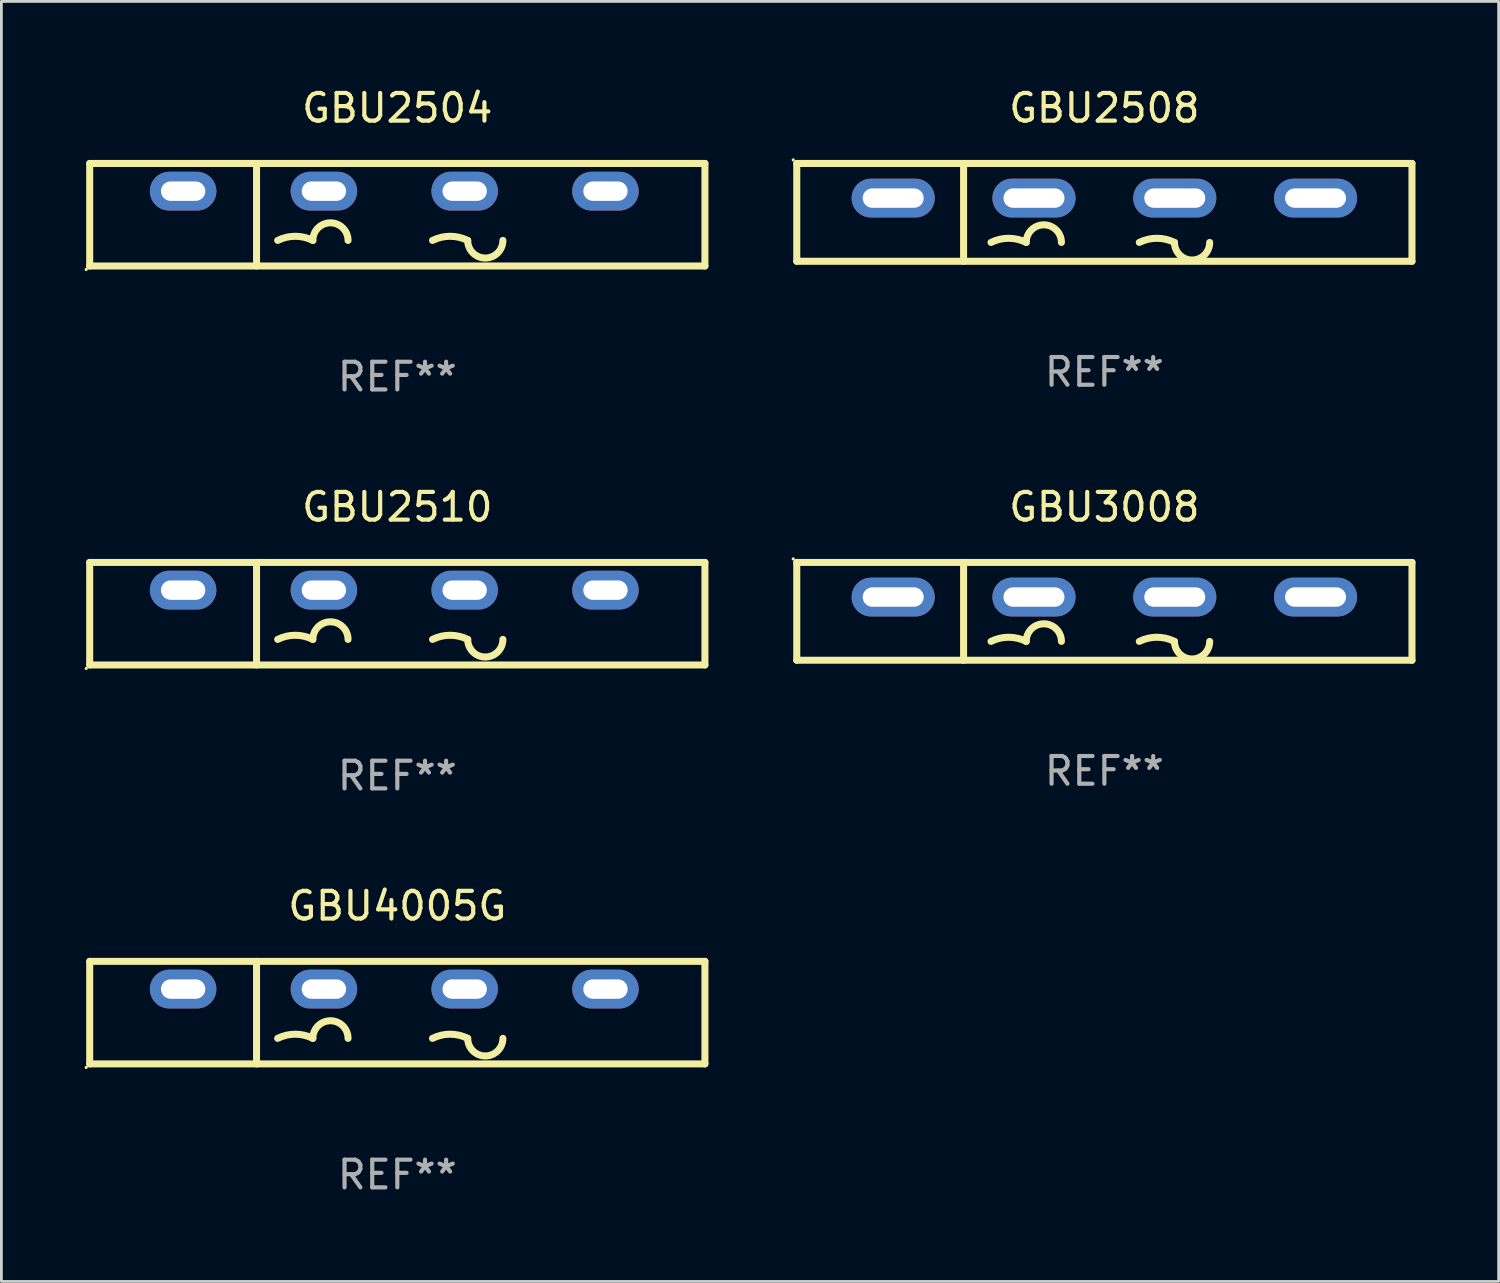
<source format=kicad_pcb>
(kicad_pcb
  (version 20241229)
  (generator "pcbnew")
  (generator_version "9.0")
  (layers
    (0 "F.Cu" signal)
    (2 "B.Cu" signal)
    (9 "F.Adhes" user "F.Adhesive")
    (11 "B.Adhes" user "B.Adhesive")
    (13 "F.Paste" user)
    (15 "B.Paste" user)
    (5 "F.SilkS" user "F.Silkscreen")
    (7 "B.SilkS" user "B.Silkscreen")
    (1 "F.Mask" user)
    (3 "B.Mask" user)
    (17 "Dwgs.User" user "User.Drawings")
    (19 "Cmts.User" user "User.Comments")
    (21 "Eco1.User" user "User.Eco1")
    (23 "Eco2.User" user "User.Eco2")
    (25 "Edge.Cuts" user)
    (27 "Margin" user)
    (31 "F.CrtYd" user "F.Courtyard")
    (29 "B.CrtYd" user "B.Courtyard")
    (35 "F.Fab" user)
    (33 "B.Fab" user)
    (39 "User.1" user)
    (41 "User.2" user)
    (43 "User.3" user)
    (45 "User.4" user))
  (footprint "GBU4005G"
    (layer "F.Cu")
    (at 11.287 33.491)
    (property "Reference" "GBU4005G" (at 0 -3.85 0) (layer "F.SilkS") (effects (font (size 1 1) (thickness 0.15))))
    (attr through_hole)
    (fp_line (start -11.1 -1.85) (end 11.1 -1.85) (stroke (width 0.254) (type solid)) (layer "F.SilkS"))
    (fp_line (start -11.1 1.85) (end -11.1 -1.85) (stroke (width 0.254) (type solid)) (layer "F.SilkS"))
    (fp_line (start -5.08 -1.85) (end -5.08 1.85) (stroke (width 0.254) (type solid)) (layer "F.SilkS"))
    (fp_line (start 11.1 -1.85) (end 11.1 1.85) (stroke (width 0.254) (type solid)) (layer "F.SilkS"))
    (fp_line (start 11.1 1.85) (end -11.1 1.85) (stroke (width 0.254) (type solid)) (layer "F.SilkS"))
    (fp_arc (start -4.318009 0.927991) (mid -3.683008 0.778087) (end -3.048007 0.92799) (stroke (width 0.254001) (type solid)) (layer "F.SilkS"))
    (fp_arc (start -3.048006 0.927991) (mid -2.413005 0.29299) (end -1.778004 0.927991) (stroke (width 0.254001) (type solid)) (layer "F.SilkS"))
    (fp_arc (start 1.270003 0.927991) (mid 1.905004 0.778088) (end 2.540005 0.927991) (stroke (width 0.254001) (type solid)) (layer "F.SilkS"))
    (fp_arc (start 3.810008 0.927991) (mid 3.175006 1.562993) (end 2.540004 0.927991) (stroke (width 0.254001) (type solid)) (layer "F.SilkS"))
    (fp_circle (center -11.227 1.977) (end -11.197 1.977) (stroke (width 0.06) (type solid)) (fill no) (layer "F.SilkS"))
    (fp_text user "-" (at 6.751 0.85 0) (layer "B.Mask") (effects (font (size 1 1) (thickness 0.15))))
    (fp_text user "+" (at -8.549 0.85 0) (layer "B.Mask") (effects (font (size 1 1) (thickness 0.15))))
    (fp_text user "REF**" (at 0 5.85 0) (layer "F.Fab") (effects (font (size 1 1) (thickness 0.15))))
    (pad "1" thru_hole oval (at -7.729 -0.85 180) (size 2.4 1.4) (drill oval 1.6 0.7) (layers "*.Cu" "*.Mask"))
    (pad "2" thru_hole oval (at -2.649 -0.85 180) (size 2.4 1.4) (drill oval 1.6 0.7) (layers "*.Cu" "*.Mask"))
    (pad "3" thru_hole oval (at 2.431 -0.85 180) (size 2.4 1.4) (drill oval 1.6 0.7) (layers "*.Cu" "*.Mask"))
    (pad "4" thru_hole oval (at 7.511 -0.85 180) (size 2.4 1.4) (drill oval 1.6 0.7) (layers "*.Cu" "*.Mask")))
  (footprint "GBU2504"
    (layer "F.Cu")
    (at 11.287 4.698)
    (property "Reference" "GBU2504" (at 0 -3.85 0) (layer "F.SilkS") (effects (font (size 1 1) (thickness 0.15))))
    (attr through_hole)
    (fp_line (start -11.1 -1.85) (end 11.1 -1.85) (stroke (width 0.254) (type solid)) (layer "F.SilkS"))
    (fp_line (start -11.1 1.85) (end -11.1 -1.85) (stroke (width 0.254) (type solid)) (layer "F.SilkS"))
    (fp_line (start -5.08 -1.85) (end -5.08 1.85) (stroke (width 0.254) (type solid)) (layer "F.SilkS"))
    (fp_line (start 11.1 -1.85) (end 11.1 1.85) (stroke (width 0.254) (type solid)) (layer "F.SilkS"))
    (fp_line (start 11.1 1.85) (end -11.1 1.85) (stroke (width 0.254) (type solid)) (layer "F.SilkS"))
    (fp_arc (start -4.318009 0.927991) (mid -3.683008 0.778087) (end -3.048007 0.92799) (stroke (width 0.254001) (type solid)) (layer "F.SilkS"))
    (fp_arc (start -3.048006 0.927991) (mid -2.413005 0.29299) (end -1.778004 0.927991) (stroke (width 0.254001) (type solid)) (layer "F.SilkS"))
    (fp_arc (start 1.270003 0.927991) (mid 1.905004 0.778088) (end 2.540005 0.927991) (stroke (width 0.254001) (type solid)) (layer "F.SilkS"))
    (fp_arc (start 3.810008 0.927991) (mid 3.175006 1.562993) (end 2.540004 0.927991) (stroke (width 0.254001) (type solid)) (layer "F.SilkS"))
    (fp_circle (center -11.227 1.977) (end -11.197 1.977) (stroke (width 0.06) (type solid)) (fill no) (layer "F.SilkS"))
    (fp_text user "-" (at 6.751 0.85 0) (layer "B.Mask") (effects (font (size 1 1) (thickness 0.15))))
    (fp_text user "+" (at -8.549 0.85 0) (layer "B.Mask") (effects (font (size 1 1) (thickness 0.15))))
    (fp_text user "REF**" (at 0 5.85 0) (layer "F.Fab") (effects (font (size 1 1) (thickness 0.15))))
    (pad "1" thru_hole oval (at -7.729 -0.85 180) (size 2.4 1.4) (drill oval 1.6 0.7) (layers "*.Cu" "*.Mask"))
    (pad "2" thru_hole oval (at -2.649 -0.85 180) (size 2.4 1.4) (drill oval 1.6 0.7) (layers "*.Cu" "*.Mask"))
    (pad "3" thru_hole oval (at 2.431 -0.85 180) (size 2.4 1.4) (drill oval 1.6 0.7) (layers "*.Cu" "*.Mask"))
    (pad "4" thru_hole oval (at 7.511 -0.85 180) (size 2.4 1.4) (drill oval 1.6 0.7) (layers "*.Cu" "*.Mask")))
  (footprint "GBU2510"
    (layer "F.Cu")
    (at 11.287 19.095)
    (property "Reference" "GBU2510" (at 0 -3.85 0) (layer "F.SilkS") (effects (font (size 1 1) (thickness 0.15))))
    (attr through_hole)
    (fp_line (start -11.1 -1.85) (end 11.1 -1.85) (stroke (width 0.254) (type solid)) (layer "F.SilkS"))
    (fp_line (start -11.1 1.85) (end -11.1 -1.85) (stroke (width 0.254) (type solid)) (layer "F.SilkS"))
    (fp_line (start -5.08 -1.85) (end -5.08 1.85) (stroke (width 0.254) (type solid)) (layer "F.SilkS"))
    (fp_line (start 11.1 -1.85) (end 11.1 1.85) (stroke (width 0.254) (type solid)) (layer "F.SilkS"))
    (fp_line (start 11.1 1.85) (end -11.1 1.85) (stroke (width 0.254) (type solid)) (layer "F.SilkS"))
    (fp_arc (start -4.318009 0.927991) (mid -3.683008 0.778087) (end -3.048007 0.92799) (stroke (width 0.254001) (type solid)) (layer "F.SilkS"))
    (fp_arc (start -3.048006 0.927991) (mid -2.413005 0.29299) (end -1.778004 0.927991) (stroke (width 0.254001) (type solid)) (layer "F.SilkS"))
    (fp_arc (start 1.270003 0.927991) (mid 1.905004 0.778088) (end 2.540005 0.927991) (stroke (width 0.254001) (type solid)) (layer "F.SilkS"))
    (fp_arc (start 3.810008 0.927991) (mid 3.175006 1.562993) (end 2.540004 0.927991) (stroke (width 0.254001) (type solid)) (layer "F.SilkS"))
    (fp_circle (center -11.227 1.977) (end -11.197 1.977) (stroke (width 0.06) (type solid)) (fill no) (layer "F.SilkS"))
    (fp_text user "+" (at -8.549 0.85 0) (layer "B.Mask") (effects (font (size 1 1) (thickness 0.15))))
    (fp_text user "-" (at 6.751 0.85 0) (layer "B.Mask") (effects (font (size 1 1) (thickness 0.15))))
    (fp_text user "REF**" (at 0 5.85 0) (layer "F.Fab") (effects (font (size 1 1) (thickness 0.15))))
    (pad "1" thru_hole oval (at -7.729 -0.85 180) (size 2.4 1.4) (drill oval 1.6 0.7) (layers "*.Cu" "*.Mask"))
    (pad "2" thru_hole oval (at -2.649 -0.85 180) (size 2.4 1.4) (drill oval 1.6 0.7) (layers "*.Cu" "*.Mask"))
    (pad "3" thru_hole oval (at 2.431 -0.85 180) (size 2.4 1.4) (drill oval 1.6 0.7) (layers "*.Cu" "*.Mask"))
    (pad "4" thru_hole oval (at 7.511 -0.85 180) (size 2.4 1.4) (drill oval 1.6 0.7) (layers "*.Cu" "*.Mask")))
  (footprint "GBU2508"
    (layer "F.Cu")
    (at 36.801 4.613)
    (property "Reference" "GBU2508" (at 0 -3.765 0) (layer "F.SilkS") (effects (font (size 1 1) (thickness 0.15))))
    (attr through_hole)
    (fp_line (start -11.1 -1.765) (end 11.1 -1.765) (stroke (width 0.254) (type solid)) (layer "F.SilkS"))
    (fp_line (start -11.1 1.765) (end -11.1 -1.765) (stroke (width 0.254) (type solid)) (layer "F.SilkS"))
    (fp_line (start -5.08 -1.765) (end -5.08 1.765) (stroke (width 0.254) (type solid)) (layer "F.SilkS"))
    (fp_line (start 11.1 -1.765) (end 11.1 1.765) (stroke (width 0.254) (type solid)) (layer "F.SilkS"))
    (fp_line (start 11.1 1.765) (end -11.1 1.765) (stroke (width 0.254) (type solid)) (layer "F.SilkS"))
    (fp_arc (start -4.089992 1.084963) (mid -3.454991 0.93506) (end -2.819989 1.084963) (stroke (width 0.254001) (type solid)) (layer "F.SilkS"))
    (fp_arc (start -2.819991 1.084963) (mid -2.184989 0.449961) (end -1.549987 1.084963) (stroke (width 0.254001) (type solid)) (layer "F.SilkS"))
    (fp_arc (start 1.259995 1.084963) (mid 1.894996 0.93506) (end 2.529998 1.084963) (stroke (width 0.254001) (type solid)) (layer "F.SilkS"))
    (fp_arc (start 3.8 1.084963) (mid 3.164999 1.719964) (end 2.529998 1.084963) (stroke (width 0.254001) (type solid)) (layer "F.SilkS"))
    (fp_circle (center -11.227 -1.892) (end -11.197 -1.892) (stroke (width 0.06) (type solid)) (fill no) (layer "F.SilkS"))
    (fp_text user "+" (at -7 3.085 0) (layer "B.Mask") (effects (font (size 1 1) (thickness 0.15))))
    (fp_text user "-" (at 8.65 3.335 0) (layer "B.Mask") (effects (font (size 1 1) (thickness 0.15))))
    (fp_text user "REF**" (at 0 5.765 0) (layer "F.Fab") (effects (font (size 1 1) (thickness 0.15))))
    (pad "1" thru_hole oval (at -7.62 -0.515 180) (size 3 1.4) (drill oval 2.2 0.7) (layers "*.Cu" "*.Mask"))
    (pad "2" thru_hole oval (at -2.54 -0.515 180) (size 3 1.4) (drill oval 2.2 0.7) (layers "*.Cu" "*.Mask"))
    (pad "3" thru_hole oval (at 2.54 -0.515 180) (size 3 1.4) (drill oval 2.2 0.7) (layers "*.Cu" "*.Mask"))
    (pad "4" thru_hole oval (at 7.62 -0.515 180) (size 3 1.4) (drill oval 2.2 0.7) (layers "*.Cu" "*.Mask")))
  (footprint "GBU3008"
    (layer "F.Cu")
    (at 36.801 19.01)
    (property "Reference" "GBU3008" (at 0 -3.765 0) (layer "F.SilkS") (effects (font (size 1 1) (thickness 0.15))))
    (attr through_hole)
    (fp_line (start -11.1 -1.765) (end 11.1 -1.765) (stroke (width 0.254) (type solid)) (layer "F.SilkS"))
    (fp_line (start -11.1 1.765) (end -11.1 -1.765) (stroke (width 0.254) (type solid)) (layer "F.SilkS"))
    (fp_line (start -5.08 -1.765) (end -5.08 1.765) (stroke (width 0.254) (type solid)) (layer "F.SilkS"))
    (fp_line (start 11.1 -1.765) (end 11.1 1.765) (stroke (width 0.254) (type solid)) (layer "F.SilkS"))
    (fp_line (start 11.1 1.765) (end -11.1 1.765) (stroke (width 0.254) (type solid)) (layer "F.SilkS"))
    (fp_arc (start -4.089992 1.084963) (mid -3.454991 0.93506) (end -2.819989 1.084963) (stroke (width 0.254001) (type solid)) (layer "F.SilkS"))
    (fp_arc (start -2.819991 1.084963) (mid -2.184989 0.449961) (end -1.549987 1.084963) (stroke (width 0.254001) (type solid)) (layer "F.SilkS"))
    (fp_arc (start 1.259995 1.084963) (mid 1.894996 0.93506) (end 2.529998 1.084963) (stroke (width 0.254001) (type solid)) (layer "F.SilkS"))
    (fp_arc (start 3.8 1.084963) (mid 3.164999 1.719964) (end 2.529998 1.084963) (stroke (width 0.254001) (type solid)) (layer "F.SilkS"))
    (fp_circle (center -11.227 -1.892) (end -11.197 -1.892) (stroke (width 0.06) (type solid)) (fill no) (layer "F.SilkS"))
    (fp_text user "+" (at -7 3.085 0) (layer "B.Mask") (effects (font (size 1 1) (thickness 0.15))))
    (fp_text user "-" (at 8.65 3.335 0) (layer "B.Mask") (effects (font (size 1 1) (thickness 0.15))))
    (fp_text user "REF**" (at 0 5.765 0) (layer "F.Fab") (effects (font (size 1 1) (thickness 0.15))))
    (pad "1" thru_hole oval (at -7.62 -0.515 180) (size 3 1.4) (drill oval 2.2 0.7) (layers "*.Cu" "*.Mask"))
    (pad "2" thru_hole oval (at -2.54 -0.515 180) (size 3 1.4) (drill oval 2.2 0.7) (layers "*.Cu" "*.Mask"))
    (pad "3" thru_hole oval (at 2.54 -0.515 180) (size 3 1.4) (drill oval 2.2 0.7) (layers "*.Cu" "*.Mask"))
    (pad "4" thru_hole oval (at 7.62 -0.515 180) (size 3 1.4) (drill oval 2.2 0.7) (layers "*.Cu" "*.Mask")))
  (gr_rect
    (start -3 -3)
    (end 51.028 43.19)
    (stroke (width 0.1) (type default))
    (fill no)
    (layer "Edge.Cuts")))
</source>
